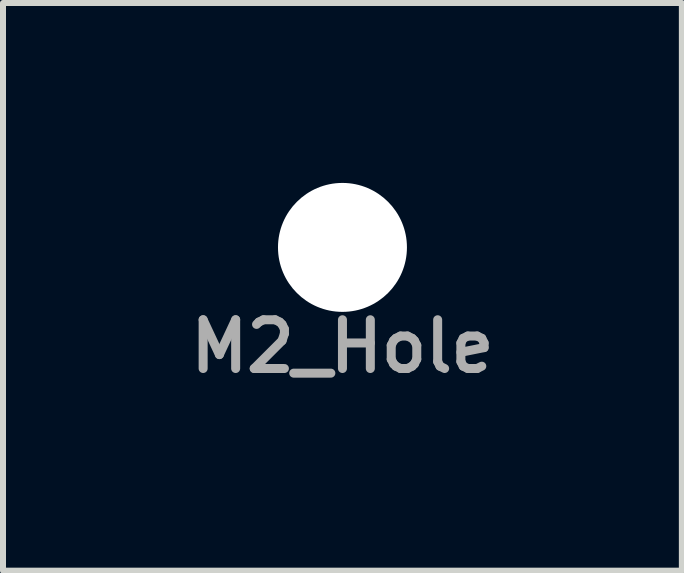
<source format=kicad_pcb>
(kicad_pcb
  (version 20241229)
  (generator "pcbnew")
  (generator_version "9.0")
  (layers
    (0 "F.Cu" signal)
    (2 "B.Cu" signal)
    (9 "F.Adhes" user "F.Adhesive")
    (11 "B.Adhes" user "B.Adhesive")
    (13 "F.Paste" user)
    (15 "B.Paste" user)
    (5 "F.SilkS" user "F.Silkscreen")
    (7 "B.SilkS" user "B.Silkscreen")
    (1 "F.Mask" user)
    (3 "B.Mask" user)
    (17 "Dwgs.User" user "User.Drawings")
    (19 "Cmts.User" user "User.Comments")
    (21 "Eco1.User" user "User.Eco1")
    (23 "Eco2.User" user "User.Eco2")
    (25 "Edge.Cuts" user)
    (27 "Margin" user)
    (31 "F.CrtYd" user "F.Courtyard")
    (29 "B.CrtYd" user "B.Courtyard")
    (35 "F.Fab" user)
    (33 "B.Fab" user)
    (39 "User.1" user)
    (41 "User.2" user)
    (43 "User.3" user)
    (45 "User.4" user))
  (footprint "M2_Hole"
    (layer "F.Cu")
    (at 2.66 1.075)
    (property "Reference" "M2_Hole" (at 0 1.651 0) (layer "F.Fab") (effects (font (size 0.813 0.813) (thickness 0.15))))
    (attr through_hole)
    (pad "" np_thru_hole circle (at 0 0) (size 2.15 2.15) (drill 2.15) (layers "*.Cu" "*.Mask")))
  (gr_rect
    (start -3 -3)
    (end 8.319 6.465)
    (stroke (width 0.1) (type default))
    (fill no)
    (layer "Edge.Cuts")))
</source>
